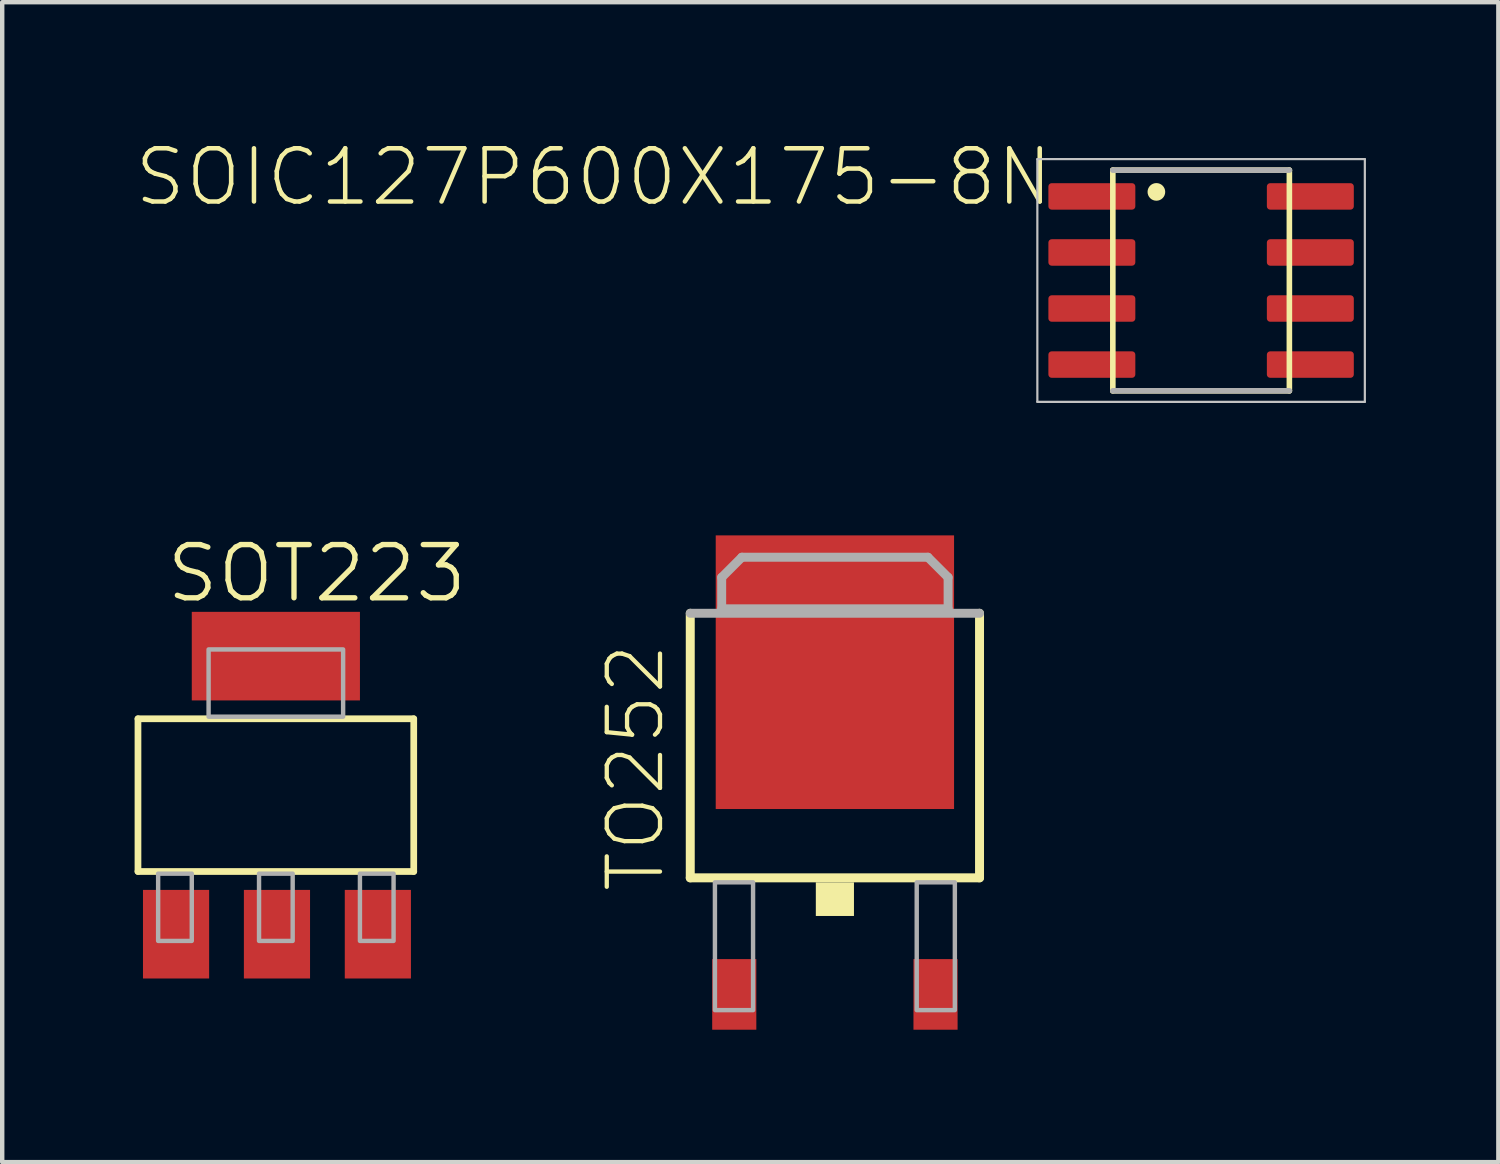
<source format=kicad_pcb>
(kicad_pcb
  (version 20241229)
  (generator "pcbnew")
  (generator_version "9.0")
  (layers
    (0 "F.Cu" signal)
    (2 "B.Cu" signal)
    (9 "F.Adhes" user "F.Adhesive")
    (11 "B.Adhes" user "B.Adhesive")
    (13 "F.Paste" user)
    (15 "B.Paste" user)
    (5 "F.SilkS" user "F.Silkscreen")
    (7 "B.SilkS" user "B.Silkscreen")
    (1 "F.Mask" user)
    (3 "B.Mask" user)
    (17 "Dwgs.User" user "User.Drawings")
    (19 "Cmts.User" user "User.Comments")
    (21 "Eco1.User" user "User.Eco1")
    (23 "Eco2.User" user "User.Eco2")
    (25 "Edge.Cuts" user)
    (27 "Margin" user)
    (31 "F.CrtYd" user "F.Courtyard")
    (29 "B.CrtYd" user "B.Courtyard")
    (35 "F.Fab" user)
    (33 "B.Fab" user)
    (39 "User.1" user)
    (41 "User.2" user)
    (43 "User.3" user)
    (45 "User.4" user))
  (footprint "TO252"
    (layer "F.Cu")
    (at 15.866 14.68)
    (property "Reference" "TO252" (at -3.81 2.54 270) (layer "F.SilkS") (effects (font (size 1.206 1.206) (thickness 0.097)) (justify left bottom)))
    (attr through_hole)
    (fp_line (start -3.277 2.159) (end -3.277 -3.835) (stroke (width 0.203) (type solid)) (layer "F.SilkS"))
    (fp_line (start 3.277 -3.835) (end 3.277 2.159) (stroke (width 0.203) (type solid)) (layer "F.SilkS"))
    (fp_line (start 3.277 2.159) (end -3.277 2.159) (stroke (width 0.203) (type solid)) (layer "F.SilkS"))
    (fp_poly (pts (xy -0.432 3.023) (xy 0.432 3.023) (xy 0.432 2.261) (xy -0.432 2.261)) (stroke (width 0) (type solid)) (fill yes) (layer "F.SilkS"))
    (fp_line (start -3.277 -3.835) (end 3.277 -3.835) (stroke (width 0.203) (type solid)) (layer "F.Fab"))
    (fp_line (start -2.565 -4.648) (end -2.108 -5.105) (stroke (width 0.203) (type solid)) (layer "F.Fab"))
    (fp_line (start -2.565 -3.937) (end -2.565 -4.648) (stroke (width 0.203) (type solid)) (layer "F.Fab"))
    (fp_line (start -2.108 -5.105) (end 2.108 -5.105) (stroke (width 0.203) (type solid)) (layer "F.Fab"))
    (fp_line (start 2.108 -5.105) (end 2.565 -4.648) (stroke (width 0.203) (type solid)) (layer "F.Fab"))
    (fp_line (start 2.565 -4.648) (end 2.565 -3.937) (stroke (width 0.203) (type solid)) (layer "F.Fab"))
    (fp_line (start 2.565 -3.937) (end -2.565 -3.937) (stroke (width 0.203) (type solid)) (layer "F.Fab"))
    (fp_poly (pts (xy -2.718 5.156) (xy -1.854 5.156) (xy -1.854 2.261) (xy -2.718 2.261)) (stroke (width 0.1) (type solid)) (fill no) (layer "F.Fab"))
    (fp_poly (pts (xy 1.854 5.156) (xy 2.718 5.156) (xy 2.718 2.261) (xy 1.854 2.261)) (stroke (width 0.1) (type solid)) (fill no) (layer "F.Fab"))
    (fp_poly (pts (xy -2.565 -3.937) (xy -2.565 -4.648) (xy -2.108 -5.105) (xy 2.108 -5.105) (xy 2.565 -4.648) (xy 2.565 -3.937)) (stroke (width 0.1) (type solid)) (fill no) (layer "F.Fab"))
    (pad "1" smd rect (at -2.28 4.8) (size 1 1.6) (layers "F.Cu" "F.Mask" "F.Paste"))
    (pad "2" smd rect (at 2.28 4.8) (size 1 1.6) (layers "F.Cu" "F.Mask" "F.Paste"))
    (pad "3" smd rect (at 0 -2.5) (size 5.4 6.2) (layers "F.Cu" "F.Mask" "F.Paste")))
  (footprint "SOIC127P600X175-8N"
    (layer "F.Cu")
    (at 24.163 3.305)
    (property "Reference" "SOIC127P600X175-8N" (at -3.302 -3.048 0) (layer "F.SilkS") (effects (font (size 1.206 1.206) (thickness 0.102)) (justify right top)))
    (attr through_hole)
    (fp_line (start -2 -2.5) (end -2 2.5) (stroke (width 0.127) (type solid)) (layer "F.SilkS"))
    (fp_line (start -2 -2.5) (end 2 -2.5) (stroke (width 0.127) (type solid)) (layer "F.SilkS"))
    (fp_line (start -2 2.5) (end 2 2.5) (stroke (width 0.127) (type solid)) (layer "F.SilkS"))
    (fp_line (start 2 -2.5) (end 2 2.5) (stroke (width 0.127) (type solid)) (layer "F.SilkS"))
    (fp_circle (center -1.013 -2.007) (end -0.913 -2.007) (stroke (width 0.2) (type solid)) (fill no) (layer "F.SilkS"))
    (fp_line (start -3.71 -2.75) (end -3.71 2.75) (stroke (width 0.05) (type solid)) (layer "Dwgs.User"))
    (fp_line (start -3.71 -2.75) (end 3.71 -2.75) (stroke (width 0.05) (type solid)) (layer "Dwgs.User"))
    (fp_line (start -3.71 2.75) (end 3.71 2.75) (stroke (width 0.05) (type solid)) (layer "Dwgs.User"))
    (fp_line (start 3.71 -2.75) (end 3.71 2.75) (stroke (width 0.05) (type solid)) (layer "Dwgs.User"))
    (fp_line (start -2 -2.5) (end 2 -2.5) (stroke (width 0.127) (type solid)) (layer "F.Fab"))
    (fp_line (start -2 2.5) (end 2 2.5) (stroke (width 0.127) (type solid)) (layer "F.Fab"))
    (pad "1" smd roundrect (at -2.475 -1.905) (size 1.97 0.6) (layers "F.Cu" "F.Mask" "F.Paste") (roundrect_rratio 0.125))
    (pad "2" smd roundrect (at -2.475 -0.635) (size 1.97 0.6) (layers "F.Cu" "F.Mask" "F.Paste") (roundrect_rratio 0.125))
    (pad "3" smd roundrect (at -2.475 0.635) (size 1.97 0.6) (layers "F.Cu" "F.Mask" "F.Paste") (roundrect_rratio 0.125))
    (pad "4" smd roundrect (at -2.475 1.905) (size 1.97 0.6) (layers "F.Cu" "F.Mask" "F.Paste") (roundrect_rratio 0.125))
    (pad "5" smd roundrect (at 2.475 1.905) (size 1.97 0.6) (layers "F.Cu" "F.Mask" "F.Paste") (roundrect_rratio 0.125))
    (pad "6" smd roundrect (at 2.475 0.635) (size 1.97 0.6) (layers "F.Cu" "F.Mask" "F.Paste") (roundrect_rratio 0.125))
    (pad "7" smd roundrect (at 2.475 -0.635) (size 1.97 0.6) (layers "F.Cu" "F.Mask" "F.Paste") (roundrect_rratio 0.125))
    (pad "8" smd roundrect (at 2.475 -1.905) (size 1.97 0.6) (layers "F.Cu" "F.Mask" "F.Paste") (roundrect_rratio 0.125)))
  (footprint "SOT223"
    (layer "F.Cu")
    (at 3.2 14.966)
    (property "Reference" "SOT223" (at -2.54 -4.318 180) (layer "F.SilkS") (effects (font (size 1.206 1.206) (thickness 0.121)) (justify left bottom)))
    (attr through_hole)
    (fp_line (start -3.124 -1.731) (end -3.124 1.729) (stroke (width 0.152) (type solid)) (layer "F.SilkS"))
    (fp_line (start -3.124 -1.731) (end 3.124 -1.731) (stroke (width 0.152) (type solid)) (layer "F.SilkS"))
    (fp_line (start 3.124 1.729) (end -3.124 1.729) (stroke (width 0.152) (type solid)) (layer "F.SilkS"))
    (fp_line (start 3.124 1.729) (end 3.124 -1.731) (stroke (width 0.152) (type solid)) (layer "F.SilkS"))
    (fp_poly (pts (xy -2.667 3.302) (xy -1.905 3.302) (xy -1.905 1.778) (xy -2.667 1.778)) (stroke (width 0.1) (type solid)) (fill no) (layer "F.Fab"))
    (fp_poly (pts (xy -1.524 -1.778) (xy 1.524 -1.778) (xy 1.524 -3.302) (xy -1.524 -3.302)) (stroke (width 0.1) (type solid)) (fill no) (layer "F.Fab"))
    (fp_poly (pts (xy -0.381 3.302) (xy 0.381 3.302) (xy 0.381 1.778) (xy -0.381 1.778)) (stroke (width 0.1) (type solid)) (fill no) (layer "F.Fab"))
    (fp_poly (pts (xy 1.905 3.302) (xy 2.667 3.302) (xy 2.667 1.778) (xy 1.905 1.778)) (stroke (width 0.1) (type solid)) (fill no) (layer "F.Fab"))
    (pad "1" smd rect (at -2.261 3.15) (size 1.499 2.007) (layers "F.Cu" "F.Mask" "F.Paste"))
    (pad "2" smd rect (at 0.025 3.15) (size 1.499 2.007) (layers "F.Cu" "F.Mask" "F.Paste"))
    (pad "3" smd rect (at 2.311 3.15) (size 1.499 2.007) (layers "F.Cu" "F.Mask" "F.Paste"))
    (pad "4" smd rect (at 0 -3.15) (size 3.81 2.007) (layers "F.Cu" "F.Mask" "F.Paste")))
  (gr_rect
    (start -3 -3)
    (end 30.898 23.28)
    (stroke (width 0.1) (type default))
    (fill no)
    (layer "Edge.Cuts")))
</source>
